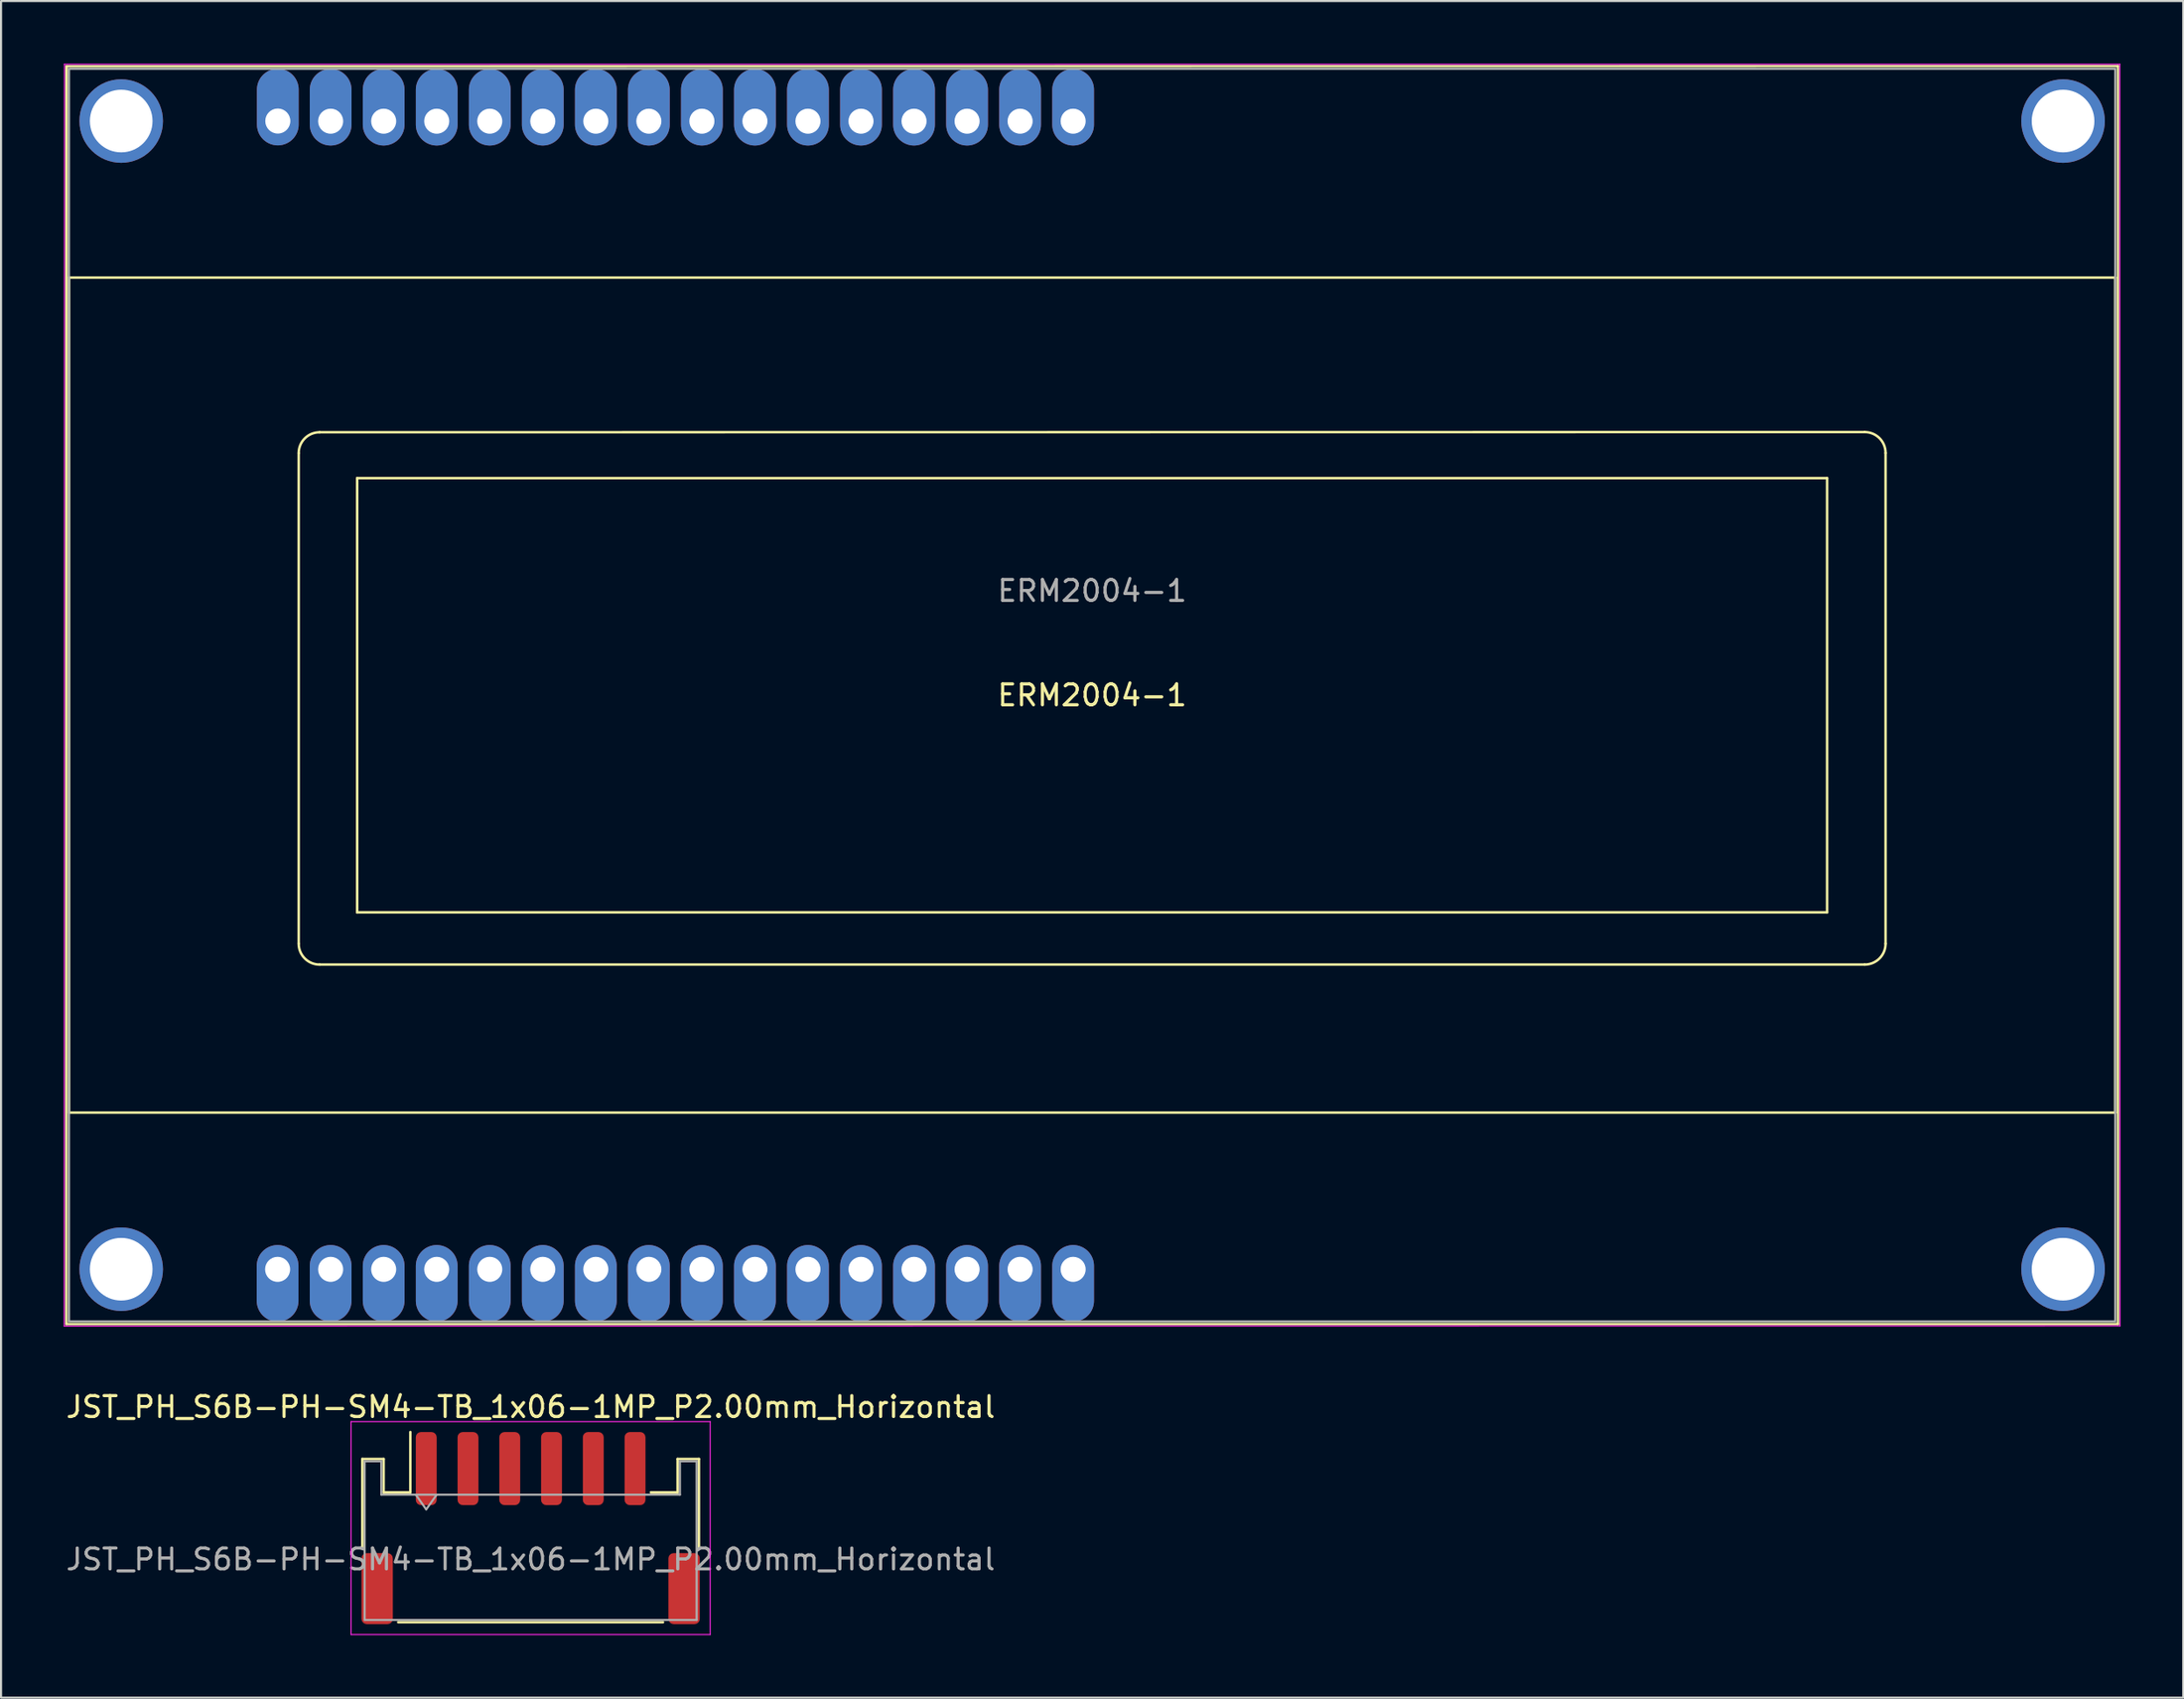
<source format=kicad_pcb>
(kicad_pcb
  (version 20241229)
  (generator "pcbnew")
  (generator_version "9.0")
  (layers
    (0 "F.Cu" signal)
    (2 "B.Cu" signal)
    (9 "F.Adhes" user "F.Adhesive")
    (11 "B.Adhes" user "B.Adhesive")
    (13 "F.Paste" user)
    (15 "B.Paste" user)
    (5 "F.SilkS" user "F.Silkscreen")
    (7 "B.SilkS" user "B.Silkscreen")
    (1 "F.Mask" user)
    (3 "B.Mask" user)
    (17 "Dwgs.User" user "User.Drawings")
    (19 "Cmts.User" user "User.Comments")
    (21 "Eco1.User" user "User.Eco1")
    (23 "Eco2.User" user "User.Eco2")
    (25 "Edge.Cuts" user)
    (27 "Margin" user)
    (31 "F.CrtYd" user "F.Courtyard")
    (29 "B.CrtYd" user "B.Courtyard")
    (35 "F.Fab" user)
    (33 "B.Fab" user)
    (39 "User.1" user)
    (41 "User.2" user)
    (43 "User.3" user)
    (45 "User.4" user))
  (footprint "JST_PH_S6B-PH-SM4-TB_1x06-1MP_P2.00mm_Horizontal"
    (layer "F.Cu")
    (at 22.363 70.148)
    (property "Reference" "JST_PH_S6B-PH-SM4-TB_1x06-1MP_P2.00mm_Horizontal" (at 0 -5.8 180) (layer "F.SilkS") (effects (font (size 1 1) (thickness 0.15))))
    (attr smd)
    (fp_line (start -8.06 -3.31) (end -7.04 -3.31) (stroke (width 0.12) (type solid)) (layer "F.SilkS"))
    (fp_line (start -8.06 0.94) (end -8.06 -3.31) (stroke (width 0.12) (type solid)) (layer "F.SilkS"))
    (fp_line (start -7.04 -3.31) (end -7.04 -1.71) (stroke (width 0.12) (type solid)) (layer "F.SilkS"))
    (fp_line (start -7.04 -1.71) (end -5.76 -1.71) (stroke (width 0.12) (type solid)) (layer "F.SilkS"))
    (fp_line (start -6.34 4.51) (end 6.34 4.51) (stroke (width 0.12) (type solid)) (layer "F.SilkS"))
    (fp_line (start -5.76 -1.71) (end -5.76 -4.6) (stroke (width 0.12) (type solid)) (layer "F.SilkS"))
    (fp_line (start 7.04 -3.31) (end 7.04 -1.71) (stroke (width 0.12) (type solid)) (layer "F.SilkS"))
    (fp_line (start 7.04 -1.71) (end 5.76 -1.71) (stroke (width 0.12) (type solid)) (layer "F.SilkS"))
    (fp_line (start 8.06 -3.31) (end 7.04 -3.31) (stroke (width 0.12) (type solid)) (layer "F.SilkS"))
    (fp_line (start 8.06 0.94) (end 8.06 -3.31) (stroke (width 0.12) (type solid)) (layer "F.SilkS"))
    (fp_line (start -8.6 -5.1) (end -8.6 5.1) (stroke (width 0.05) (type solid)) (layer "F.CrtYd"))
    (fp_line (start -8.6 5.1) (end 8.6 5.1) (stroke (width 0.05) (type solid)) (layer "F.CrtYd"))
    (fp_line (start 8.6 -5.1) (end -8.6 -5.1) (stroke (width 0.05) (type solid)) (layer "F.CrtYd"))
    (fp_line (start 8.6 5.1) (end 8.6 -5.1) (stroke (width 0.05) (type solid)) (layer "F.CrtYd"))
    (fp_line (start -7.95 -3.2) (end -7.95 4.4) (stroke (width 0.1) (type solid)) (layer "F.Fab"))
    (fp_line (start -7.95 -3.2) (end -7.15 -3.2) (stroke (width 0.1) (type solid)) (layer "F.Fab"))
    (fp_line (start -7.95 4.4) (end 7.95 4.4) (stroke (width 0.1) (type solid)) (layer "F.Fab"))
    (fp_line (start -7.15 -3.2) (end -7.15 -1.6) (stroke (width 0.1) (type solid)) (layer "F.Fab"))
    (fp_line (start -7.15 -1.6) (end 7.15 -1.6) (stroke (width 0.1) (type solid)) (layer "F.Fab"))
    (fp_line (start -5.5 -1.6) (end -5 -0.893) (stroke (width 0.1) (type solid)) (layer "F.Fab"))
    (fp_line (start -5 -0.893) (end -4.5 -1.6) (stroke (width 0.1) (type solid)) (layer "F.Fab"))
    (fp_line (start 7.15 -3.2) (end 7.95 -3.2) (stroke (width 0.1) (type solid)) (layer "F.Fab"))
    (fp_line (start 7.15 -1.6) (end 7.15 -3.2) (stroke (width 0.1) (type solid)) (layer "F.Fab"))
    (fp_line (start 7.95 -3.2) (end 7.95 4.4) (stroke (width 0.1) (type solid)) (layer "F.Fab"))
    (fp_text user "${REFERENCE}" (at 0 1.5 180) (layer "F.Fab") (effects (font (size 1 1) (thickness 0.15))))
    (pad "1" smd roundrect (at -5 -2.85) (size 1 3.5) (layers "F.Cu" "F.Mask" "F.Paste") (roundrect_rratio 0.25))
    (pad "2" smd roundrect (at -3 -2.85) (size 1 3.5) (layers "F.Cu" "F.Mask" "F.Paste") (roundrect_rratio 0.25))
    (pad "3" smd roundrect (at -1 -2.85) (size 1 3.5) (layers "F.Cu" "F.Mask" "F.Paste") (roundrect_rratio 0.25))
    (pad "4" smd roundrect (at 1 -2.85) (size 1 3.5) (layers "F.Cu" "F.Mask" "F.Paste") (roundrect_rratio 0.25))
    (pad "5" smd roundrect (at 3 -2.85) (size 1 3.5) (layers "F.Cu" "F.Mask" "F.Paste") (roundrect_rratio 0.25))
    (pad "6" smd roundrect (at 5 -2.85) (size 1 3.5) (layers "F.Cu" "F.Mask" "F.Paste") (roundrect_rratio 0.25))
    (pad "MP" smd roundrect (at -7.35 2.9) (size 1.5 3.4) (layers "F.Cu" "F.Mask" "F.Paste") (roundrect_rratio 0.167))
    (pad "MP2" smd roundrect (at 7.35 2.9) (size 1.5 3.4) (layers "F.Cu" "F.Mask" "F.Paste") (roundrect_rratio 0.167)))
  (footprint "ERM2004-1"
    (layer "F.Cu")
    (at 10.275 2.735)
    (property "Reference" "ERM2004-1" (at 38.98 27.52 0) (layer "F.SilkS") (effects (font (size 1 1) (thickness 0.15))))
    (attr through_hole)
    (fp_line (start -10.15 57.64) (end 88.11 57.64) (stroke (width 0.12) (type solid)) (layer "F.SilkS"))
    (fp_line (start -10.14 -2.61) (end -10.15 57.64) (stroke (width 0.12) (type solid)) (layer "F.SilkS"))
    (fp_line (start -10.14 -2.61) (end 88.11 -2.62) (stroke (width 0.12) (type solid)) (layer "F.SilkS"))
    (fp_line (start -10.02 7.513) (end -10.02 47.513) (stroke (width 0.12) (type solid)) (layer "F.SilkS"))
    (fp_line (start -10.02 7.513) (end 87.98 7.513) (stroke (width 0.12) (type solid)) (layer "F.SilkS"))
    (fp_line (start 0.98 15.92) (end 0.98 39.42) (stroke (width 0.12) (type solid)) (layer "F.SilkS"))
    (fp_line (start 1.98 14.92) (end 75.98 14.91) (stroke (width 0.12) (type solid)) (layer "F.SilkS"))
    (fp_line (start 1.98 40.42) (end 75.98 40.42) (stroke (width 0.12) (type solid)) (layer "F.SilkS"))
    (fp_line (start 3.78 17.12) (end 3.78 37.92) (stroke (width 0.12) (type solid)) (layer "F.SilkS"))
    (fp_line (start 3.78 17.12) (end 74.18 17.12) (stroke (width 0.12) (type solid)) (layer "F.SilkS"))
    (fp_line (start 3.78 37.92) (end 74.18 37.92) (stroke (width 0.12) (type solid)) (layer "F.SilkS"))
    (fp_line (start 74.18 17.12) (end 74.18 37.92) (stroke (width 0.12) (type solid)) (layer "F.SilkS"))
    (fp_line (start 76.98 15.91) (end 76.98 39.42) (stroke (width 0.12) (type solid)) (layer "F.SilkS"))
    (fp_line (start 87.98 7.513) (end 87.98 47.513) (stroke (width 0.12) (type solid)) (layer "F.SilkS"))
    (fp_line (start 87.98 47.513) (end -10.02 47.513) (stroke (width 0.12) (type solid)) (layer "F.SilkS"))
    (fp_line (start 88.11 -2.62) (end 88.11 57.64) (stroke (width 0.12) (type solid)) (layer "F.SilkS"))
    (fp_arc (start 0.98 15.92) (mid 1.272893 15.212893) (end 1.98 14.92) (stroke (width 0.12) (type solid)) (layer "F.SilkS"))
    (fp_arc (start 1.98 40.42) (mid 1.272893 40.127107) (end 0.98 39.42) (stroke (width 0.12) (type solid)) (layer "F.SilkS"))
    (fp_arc (start 75.98 14.91) (mid 76.687107 15.202893) (end 76.98 15.91) (stroke (width 0.12) (type solid)) (layer "F.SilkS"))
    (fp_arc (start 76.98 39.42) (mid 76.687107 40.127107) (end 75.98 40.42) (stroke (width 0.12) (type solid)) (layer "F.SilkS"))
    (fp_line (start -10.25 57.74) (end -10.24 -2.71) (stroke (width 0.05) (type solid)) (layer "F.CrtYd"))
    (fp_line (start -10.25 57.74) (end 88.21 57.73) (stroke (width 0.05) (type solid)) (layer "F.CrtYd"))
    (fp_line (start -10.24 -2.71) (end 88.2 -2.71) (stroke (width 0.05) (type solid)) (layer "F.CrtYd"))
    (fp_line (start 88.21 57.73) (end 88.2 -2.71) (stroke (width 0.05) (type solid)) (layer "F.CrtYd"))
    (fp_line (start -10.02 -2.487) (end -10.02 57.513) (stroke (width 0.1) (type solid)) (layer "F.Fab"))
    (fp_line (start -10.02 -2.487) (end 87.98 -2.487) (stroke (width 0.1) (type solid)) (layer "F.Fab"))
    (fp_line (start -10.02 57.513) (end 87.98 57.513) (stroke (width 0.1) (type solid)) (layer "F.Fab"))
    (fp_line (start 87.98 -2.487) (end 87.98 57.513) (stroke (width 0.1) (type solid)) (layer "F.Fab"))
    (fp_text user "${REFERENCE}" (at 38.98 22.52 0) (layer "F.Fab") (effects (font (size 1 1) (thickness 0.15))))
    (pad "" thru_hole circle (at -7.52 0.013) (size 4 4) (drill 3) (layers "*.Cu" "*.Mask"))
    (pad "" thru_hole circle (at -7.52 55.013) (size 4 4) (drill 3) (layers "*.Cu" "*.Mask"))
    (pad "" thru_hole circle (at 85.48 0.013) (size 4 4) (drill 3) (layers "*.Cu" "*.Mask"))
    (pad "" thru_hole circle (at 85.48 55.013) (size 4 4) (drill 3) (layers "*.Cu" "*.Mask"))
    (pad "1" thru_hole oval (at -0.03 55.02) (size 2 3.67) (drill 1.2 (offset 0 0.67)) (layers "*.Cu" "*.Mask"))
    (pad "1" thru_hole oval (at -0.02 0.013) (size 2 3.67) (drill 1.2 (offset 0 -0.67)) (layers "*.Cu" "*.Mask"))
    (pad "2" thru_hole oval (at 2.51 0.02) (size 2 3.67) (drill 1.2 (offset 0 -0.67)) (layers "*.Cu" "*.Mask"))
    (pad "2" thru_hole oval (at 2.51 55.02) (size 2 3.67) (drill 1.2 (offset 0 0.67)) (layers "*.Cu" "*.Mask"))
    (pad "3" thru_hole oval (at 5.05 0.02) (size 2 3.67) (drill 1.2 (offset 0 -0.67)) (layers "*.Cu" "*.Mask"))
    (pad "3" thru_hole oval (at 5.05 55.02) (size 2 3.67) (drill 1.2 (offset 0 0.67)) (layers "*.Cu" "*.Mask"))
    (pad "4" thru_hole oval (at 7.59 0.02) (size 2 3.67) (drill 1.2 (offset 0 -0.67)) (layers "*.Cu" "*.Mask"))
    (pad "4" thru_hole oval (at 7.59 55.02) (size 2 3.67) (drill 1.2 (offset 0 0.67)) (layers "*.Cu" "*.Mask"))
    (pad "5" thru_hole oval (at 10.13 0.02) (size 2 3.67) (drill 1.2 (offset 0 -0.67)) (layers "*.Cu" "*.Mask"))
    (pad "5" thru_hole oval (at 10.13 55.02) (size 2 3.67) (drill 1.2 (offset 0 0.67)) (layers "*.Cu" "*.Mask"))
    (pad "6" thru_hole oval (at 12.67 0.02) (size 2 3.67) (drill 1.2 (offset 0 -0.67)) (layers "*.Cu" "*.Mask"))
    (pad "6" thru_hole oval (at 12.67 55.02) (size 2 3.67) (drill 1.2 (offset 0 0.67)) (layers "*.Cu" "*.Mask"))
    (pad "7" thru_hole oval (at 15.21 0.02) (size 2 3.67) (drill 1.2 (offset 0 -0.67)) (layers "*.Cu" "*.Mask"))
    (pad "7" thru_hole oval (at 15.21 55.02) (size 2 3.67) (drill 1.2 (offset 0 0.67)) (layers "*.Cu" "*.Mask"))
    (pad "8" thru_hole oval (at 17.75 0.02) (size 2 3.67) (drill 1.2 (offset 0 -0.67)) (layers "*.Cu" "*.Mask"))
    (pad "8" thru_hole oval (at 17.75 55.02) (size 2 3.67) (drill 1.2 (offset 0 0.67)) (layers "*.Cu" "*.Mask"))
    (pad "9" thru_hole oval (at 20.29 0.02) (size 2 3.67) (drill 1.2 (offset 0 -0.67)) (layers "*.Cu" "*.Mask"))
    (pad "9" thru_hole oval (at 20.29 55.02) (size 2 3.67) (drill 1.2 (offset 0 0.67)) (layers "*.Cu" "*.Mask"))
    (pad "10" thru_hole oval (at 22.83 0.02) (size 2 3.67) (drill 1.2 (offset 0 -0.67)) (layers "*.Cu" "*.Mask"))
    (pad "10" thru_hole oval (at 22.83 55.02) (size 2 3.67) (drill 1.2 (offset 0 0.67)) (layers "*.Cu" "*.Mask"))
    (pad "11" thru_hole oval (at 25.37 0.02) (size 2 3.67) (drill 1.2 (offset 0 -0.67)) (layers "*.Cu" "*.Mask"))
    (pad "11" thru_hole oval (at 25.37 55.02) (size 2 3.67) (drill 1.2 (offset 0 0.67)) (layers "*.Cu" "*.Mask"))
    (pad "12" thru_hole oval (at 27.91 0.02) (size 2 3.67) (drill 1.2 (offset 0 -0.67)) (layers "*.Cu" "*.Mask"))
    (pad "12" thru_hole oval (at 27.91 55.02) (size 2 3.67) (drill 1.2 (offset 0 0.67)) (layers "*.Cu" "*.Mask"))
    (pad "13" thru_hole oval (at 30.45 0.02) (size 2 3.67) (drill 1.2 (offset 0 -0.67)) (layers "*.Cu" "*.Mask"))
    (pad "13" thru_hole oval (at 30.45 55.02) (size 2 3.67) (drill 1.2 (offset 0 0.67)) (layers "*.Cu" "*.Mask"))
    (pad "14" thru_hole oval (at 32.99 0.02) (size 2 3.67) (drill 1.2 (offset 0 -0.67)) (layers "*.Cu" "*.Mask"))
    (pad "14" thru_hole oval (at 32.99 55.02) (size 2 3.67) (drill 1.2 (offset 0 0.67)) (layers "*.Cu" "*.Mask"))
    (pad "15" thru_hole oval (at 35.53 0.02) (size 2 3.67) (drill 1.2 (offset 0 -0.67)) (layers "*.Cu" "*.Mask"))
    (pad "15" thru_hole oval (at 35.53 55.02) (size 2 3.67) (drill 1.2 (offset 0 0.67)) (layers "*.Cu" "*.Mask"))
    (pad "16" thru_hole oval (at 38.07 0.02) (size 2 3.67) (drill 1.2 (offset 0 -0.67)) (layers "*.Cu" "*.Mask"))
    (pad "16" thru_hole oval (at 38.07 55.02) (size 2 3.67) (drill 1.2 (offset 0 0.67)) (layers "*.Cu" "*.Mask")))
  (gr_rect
    (start -3 -3)
    (end 101.51 78.273)
    (stroke (width 0.1) (type default))
    (fill no)
    (layer "Edge.Cuts")))
</source>
